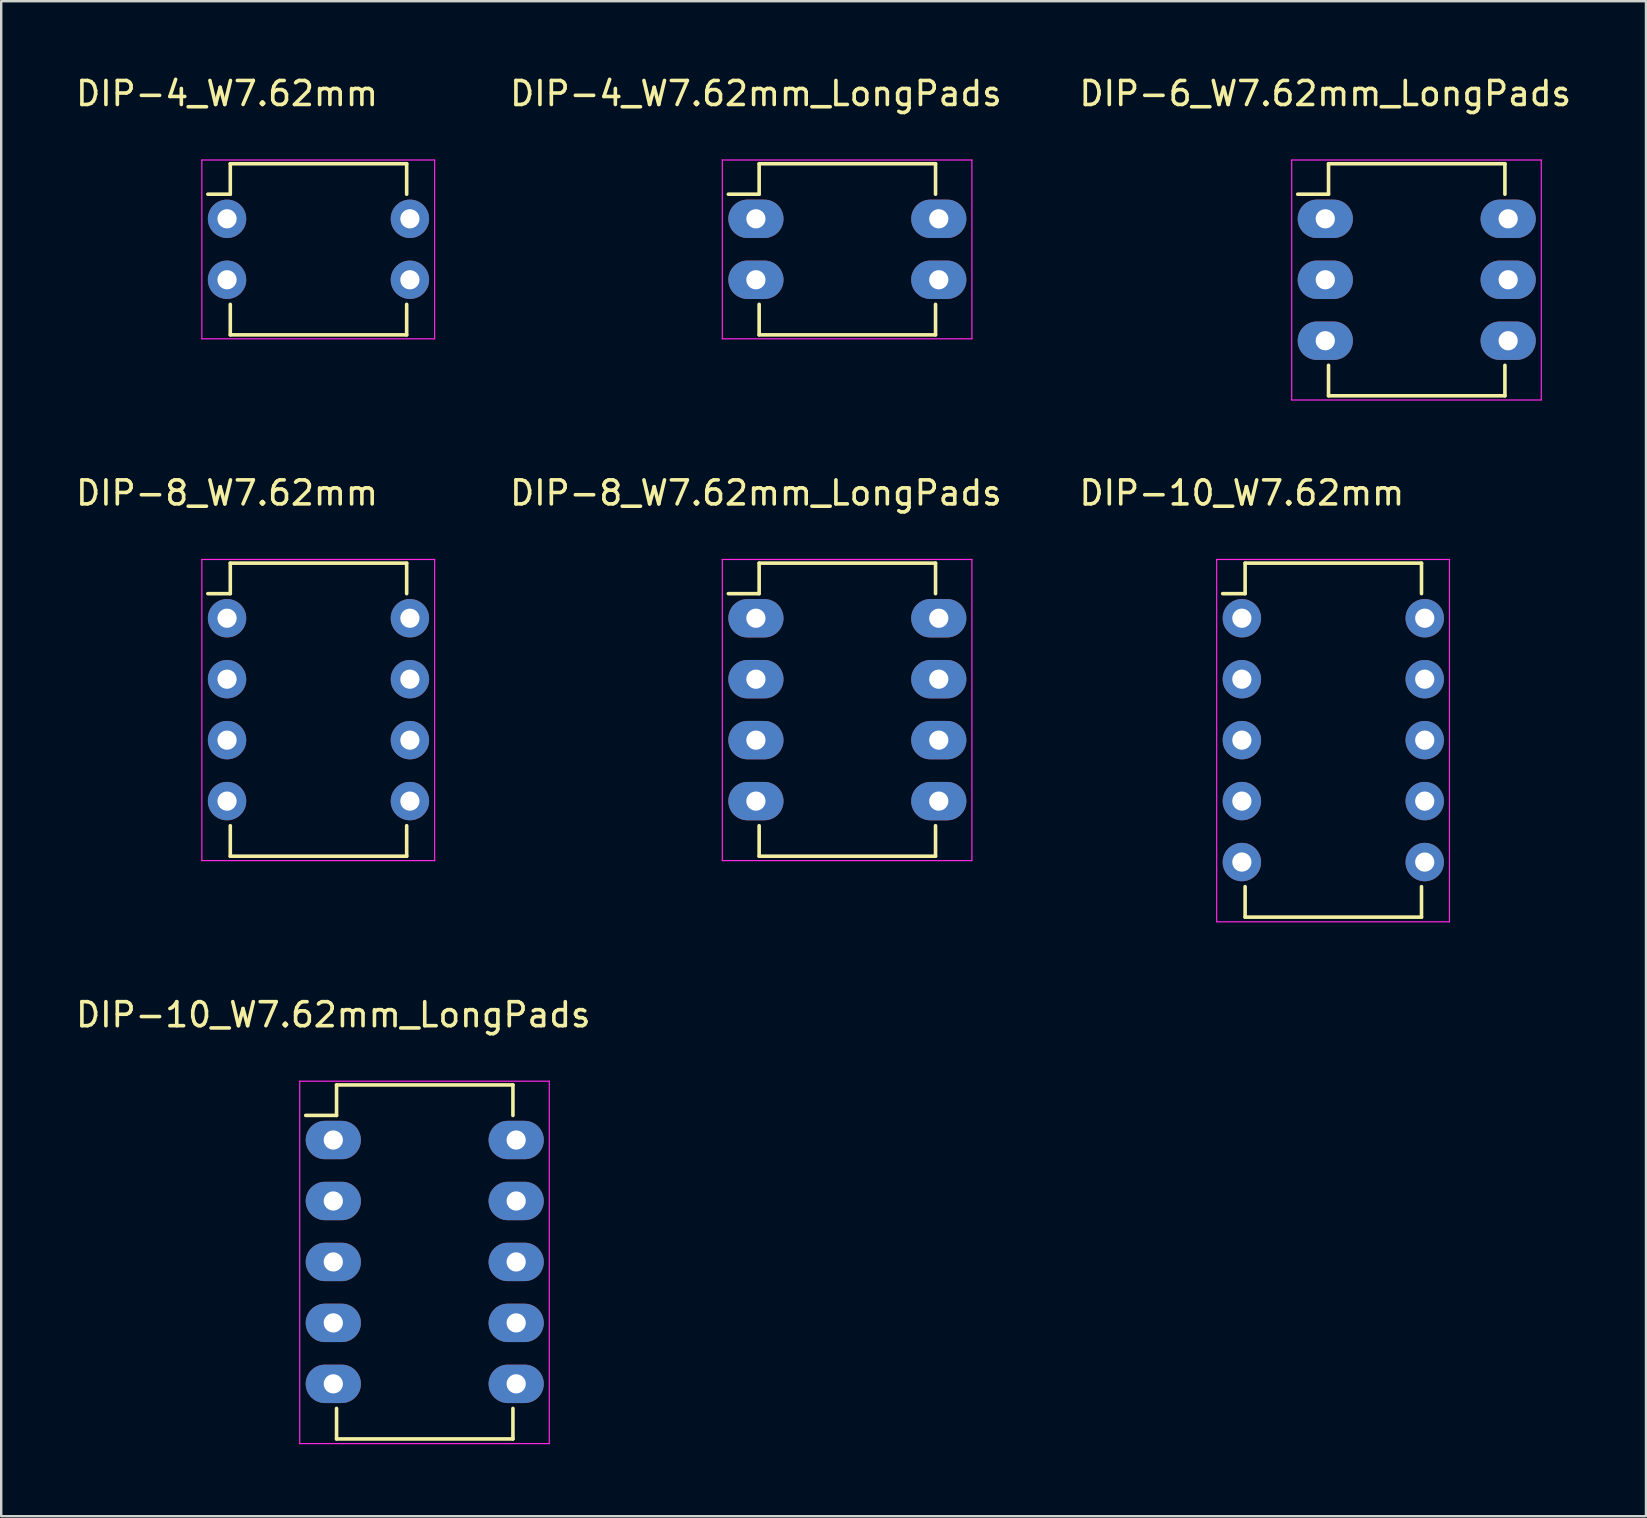
<source format=kicad_pcb>
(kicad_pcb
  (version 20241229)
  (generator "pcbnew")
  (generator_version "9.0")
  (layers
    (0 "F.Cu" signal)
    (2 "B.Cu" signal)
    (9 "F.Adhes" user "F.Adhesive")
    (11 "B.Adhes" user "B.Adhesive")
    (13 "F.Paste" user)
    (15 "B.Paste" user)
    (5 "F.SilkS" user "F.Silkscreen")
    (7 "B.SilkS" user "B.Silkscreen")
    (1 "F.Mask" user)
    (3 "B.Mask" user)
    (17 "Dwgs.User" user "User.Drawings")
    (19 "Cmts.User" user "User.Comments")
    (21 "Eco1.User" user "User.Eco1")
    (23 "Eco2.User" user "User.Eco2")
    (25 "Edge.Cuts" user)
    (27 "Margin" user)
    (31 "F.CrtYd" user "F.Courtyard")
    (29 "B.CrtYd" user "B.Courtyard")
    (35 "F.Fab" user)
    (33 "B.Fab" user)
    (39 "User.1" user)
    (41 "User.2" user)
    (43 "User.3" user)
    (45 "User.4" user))
  (footprint "DIP-10_W7.62mm"
    (layer "F.Cu")
    (at 48.699 22.712)
    (property "Reference" "DIP-10_W7.62mm" (at 0 -5.22 0) (layer "F.SilkS") (effects (font (size 1 1) (thickness 0.15))))
    (attr through_hole)
    (fp_line (start 0.135 -2.295) (end 0.135 -1.025) (stroke (width 0.15) (type solid)) (layer "F.SilkS"))
    (fp_line (start 0.135 -2.295) (end 7.485 -2.295) (stroke (width 0.15) (type solid)) (layer "F.SilkS"))
    (fp_line (start 0.135 -1.025) (end -0.8 -1.025) (stroke (width 0.15) (type solid)) (layer "F.SilkS"))
    (fp_line (start 0.135 12.455) (end 0.135 11.185) (stroke (width 0.15) (type solid)) (layer "F.SilkS"))
    (fp_line (start 0.135 12.455) (end 7.485 12.455) (stroke (width 0.15) (type solid)) (layer "F.SilkS"))
    (fp_line (start 7.485 -2.295) (end 7.485 -1.025) (stroke (width 0.15) (type solid)) (layer "F.SilkS"))
    (fp_line (start 7.485 12.455) (end 7.485 11.185) (stroke (width 0.15) (type solid)) (layer "F.SilkS"))
    (fp_line (start -1.05 -2.45) (end -1.05 12.65) (stroke (width 0.05) (type solid)) (layer "F.CrtYd"))
    (fp_line (start -1.05 -2.45) (end 8.65 -2.45) (stroke (width 0.05) (type solid)) (layer "F.CrtYd"))
    (fp_line (start -1.05 12.65) (end 8.65 12.65) (stroke (width 0.05) (type solid)) (layer "F.CrtYd"))
    (fp_line (start 8.65 -2.45) (end 8.65 12.65) (stroke (width 0.05) (type solid)) (layer "F.CrtYd"))
    (pad "1" thru_hole oval (at 0 0) (size 1.6 1.6) (drill 0.8) (layers "*.Cu" "*.Mask"))
    (pad "2" thru_hole oval (at 0 2.54) (size 1.6 1.6) (drill 0.8) (layers "*.Cu" "*.Mask"))
    (pad "3" thru_hole oval (at 0 5.08) (size 1.6 1.6) (drill 0.8) (layers "*.Cu" "*.Mask"))
    (pad "4" thru_hole oval (at 0 7.62) (size 1.6 1.6) (drill 0.8) (layers "*.Cu" "*.Mask"))
    (pad "5" thru_hole oval (at 0 10.16) (size 1.6 1.6) (drill 0.8) (layers "*.Cu" "*.Mask"))
    (pad "6" thru_hole oval (at 7.62 10.16) (size 1.6 1.6) (drill 0.8) (layers "*.Cu" "*.Mask"))
    (pad "7" thru_hole oval (at 7.62 7.62) (size 1.6 1.6) (drill 0.8) (layers "*.Cu" "*.Mask"))
    (pad "8" thru_hole oval (at 7.62 5.08) (size 1.6 1.6) (drill 0.8) (layers "*.Cu" "*.Mask"))
    (pad "9" thru_hole oval (at 7.62 2.54) (size 1.6 1.6) (drill 0.8) (layers "*.Cu" "*.Mask"))
    (pad "10" thru_hole oval (at 7.62 0) (size 1.6 1.6) (drill 0.8) (layers "*.Cu" "*.Mask")))
  (footprint "DIP-4_W7.62mm"
    (layer "F.Cu")
    (at 6.411 6.068)
    (property "Reference" "DIP-4_W7.62mm" (at 0 -5.22 0) (layer "F.SilkS") (effects (font (size 1 1) (thickness 0.15))))
    (attr through_hole)
    (fp_line (start 0.135 -2.295) (end 0.135 -1.025) (stroke (width 0.15) (type solid)) (layer "F.SilkS"))
    (fp_line (start 0.135 -2.295) (end 7.485 -2.295) (stroke (width 0.15) (type solid)) (layer "F.SilkS"))
    (fp_line (start 0.135 -1.025) (end -0.8 -1.025) (stroke (width 0.15) (type solid)) (layer "F.SilkS"))
    (fp_line (start 0.135 4.835) (end 0.135 3.565) (stroke (width 0.15) (type solid)) (layer "F.SilkS"))
    (fp_line (start 0.135 4.835) (end 7.485 4.835) (stroke (width 0.15) (type solid)) (layer "F.SilkS"))
    (fp_line (start 7.485 -2.295) (end 7.485 -1.025) (stroke (width 0.15) (type solid)) (layer "F.SilkS"))
    (fp_line (start 7.485 4.835) (end 7.485 3.565) (stroke (width 0.15) (type solid)) (layer "F.SilkS"))
    (fp_line (start -1.05 -2.45) (end -1.05 5) (stroke (width 0.05) (type solid)) (layer "F.CrtYd"))
    (fp_line (start -1.05 -2.45) (end 8.65 -2.45) (stroke (width 0.05) (type solid)) (layer "F.CrtYd"))
    (fp_line (start -1.05 5) (end 8.65 5) (stroke (width 0.05) (type solid)) (layer "F.CrtYd"))
    (fp_line (start 8.65 -2.45) (end 8.65 5) (stroke (width 0.05) (type solid)) (layer "F.CrtYd"))
    (pad "1" thru_hole oval (at 0 0) (size 1.6 1.6) (drill 0.8) (layers "*.Cu" "*.Mask"))
    (pad "2" thru_hole oval (at 0 2.54) (size 1.6 1.6) (drill 0.8) (layers "*.Cu" "*.Mask"))
    (pad "3" thru_hole oval (at 7.62 2.54) (size 1.6 1.6) (drill 0.8) (layers "*.Cu" "*.Mask"))
    (pad "4" thru_hole oval (at 7.62 0) (size 1.6 1.6) (drill 0.8) (layers "*.Cu" "*.Mask")))
  (footprint "DIP-4_W7.62mm_LongPads"
    (layer "F.Cu")
    (at 28.449 6.068)
    (property "Reference" "DIP-4_W7.62mm_LongPads" (at 0 -5.22 0) (layer "F.SilkS") (effects (font (size 1 1) (thickness 0.15))))
    (attr through_hole)
    (fp_line (start 0.135 -2.295) (end 0.135 -1.025) (stroke (width 0.15) (type solid)) (layer "F.SilkS"))
    (fp_line (start 0.135 -2.295) (end 7.485 -2.295) (stroke (width 0.15) (type solid)) (layer "F.SilkS"))
    (fp_line (start 0.135 -1.025) (end -1.15 -1.025) (stroke (width 0.15) (type solid)) (layer "F.SilkS"))
    (fp_line (start 0.135 4.835) (end 0.135 3.565) (stroke (width 0.15) (type solid)) (layer "F.SilkS"))
    (fp_line (start 0.135 4.835) (end 7.485 4.835) (stroke (width 0.15) (type solid)) (layer "F.SilkS"))
    (fp_line (start 7.485 -2.295) (end 7.485 -1.025) (stroke (width 0.15) (type solid)) (layer "F.SilkS"))
    (fp_line (start 7.485 4.835) (end 7.485 3.565) (stroke (width 0.15) (type solid)) (layer "F.SilkS"))
    (fp_line (start -1.4 -2.45) (end -1.4 5) (stroke (width 0.05) (type solid)) (layer "F.CrtYd"))
    (fp_line (start -1.4 -2.45) (end 9 -2.45) (stroke (width 0.05) (type solid)) (layer "F.CrtYd"))
    (fp_line (start -1.4 5) (end 9 5) (stroke (width 0.05) (type solid)) (layer "F.CrtYd"))
    (fp_line (start 9 -2.45) (end 9 5) (stroke (width 0.05) (type solid)) (layer "F.CrtYd"))
    (pad "1" thru_hole oval (at 0 0) (size 2.3 1.6) (drill 0.8) (layers "*.Cu" "*.Mask"))
    (pad "2" thru_hole oval (at 0 2.54) (size 2.3 1.6) (drill 0.8) (layers "*.Cu" "*.Mask"))
    (pad "3" thru_hole oval (at 7.62 2.54) (size 2.3 1.6) (drill 0.8) (layers "*.Cu" "*.Mask"))
    (pad "4" thru_hole oval (at 7.62 0) (size 2.3 1.6) (drill 0.8) (layers "*.Cu" "*.Mask")))
  (footprint "DIP-8_W7.62mm_LongPads"
    (layer "F.Cu")
    (at 28.449 22.712)
    (property "Reference" "DIP-8_W7.62mm_LongPads" (at 0 -5.22 0) (layer "F.SilkS") (effects (font (size 1 1) (thickness 0.15))))
    (attr through_hole)
    (fp_line (start 0.135 -2.295) (end 0.135 -1.025) (stroke (width 0.15) (type solid)) (layer "F.SilkS"))
    (fp_line (start 0.135 -2.295) (end 7.485 -2.295) (stroke (width 0.15) (type solid)) (layer "F.SilkS"))
    (fp_line (start 0.135 -1.025) (end -1.15 -1.025) (stroke (width 0.15) (type solid)) (layer "F.SilkS"))
    (fp_line (start 0.135 9.915) (end 0.135 8.645) (stroke (width 0.15) (type solid)) (layer "F.SilkS"))
    (fp_line (start 0.135 9.915) (end 7.485 9.915) (stroke (width 0.15) (type solid)) (layer "F.SilkS"))
    (fp_line (start 7.485 -2.295) (end 7.485 -1.025) (stroke (width 0.15) (type solid)) (layer "F.SilkS"))
    (fp_line (start 7.485 9.915) (end 7.485 8.645) (stroke (width 0.15) (type solid)) (layer "F.SilkS"))
    (fp_line (start -1.4 -2.45) (end -1.4 10.1) (stroke (width 0.05) (type solid)) (layer "F.CrtYd"))
    (fp_line (start -1.4 -2.45) (end 9 -2.45) (stroke (width 0.05) (type solid)) (layer "F.CrtYd"))
    (fp_line (start -1.4 10.1) (end 9 10.1) (stroke (width 0.05) (type solid)) (layer "F.CrtYd"))
    (fp_line (start 9 -2.45) (end 9 10.1) (stroke (width 0.05) (type solid)) (layer "F.CrtYd"))
    (pad "1" thru_hole oval (at 0 0) (size 2.3 1.6) (drill 0.8) (layers "*.Cu" "*.Mask"))
    (pad "2" thru_hole oval (at 0 2.54) (size 2.3 1.6) (drill 0.8) (layers "*.Cu" "*.Mask"))
    (pad "3" thru_hole oval (at 0 5.08) (size 2.3 1.6) (drill 0.8) (layers "*.Cu" "*.Mask"))
    (pad "4" thru_hole oval (at 0 7.62) (size 2.3 1.6) (drill 0.8) (layers "*.Cu" "*.Mask"))
    (pad "5" thru_hole oval (at 7.62 7.62) (size 2.3 1.6) (drill 0.8) (layers "*.Cu" "*.Mask"))
    (pad "6" thru_hole oval (at 7.62 5.08) (size 2.3 1.6) (drill 0.8) (layers "*.Cu" "*.Mask"))
    (pad "7" thru_hole oval (at 7.62 2.54) (size 2.3 1.6) (drill 0.8) (layers "*.Cu" "*.Mask"))
    (pad "8" thru_hole oval (at 7.62 0) (size 2.3 1.6) (drill 0.8) (layers "*.Cu" "*.Mask")))
  (footprint "DIP-6_W7.62mm_LongPads"
    (layer "F.Cu")
    (at 52.175 6.068)
    (property "Reference" "DIP-6_W7.62mm_LongPads" (at 0 -5.22 0) (layer "F.SilkS") (effects (font (size 1 1) (thickness 0.15))))
    (attr through_hole)
    (fp_line (start 0.135 -2.295) (end 0.135 -1.025) (stroke (width 0.15) (type solid)) (layer "F.SilkS"))
    (fp_line (start 0.135 -2.295) (end 7.485 -2.295) (stroke (width 0.15) (type solid)) (layer "F.SilkS"))
    (fp_line (start 0.135 -1.025) (end -1.15 -1.025) (stroke (width 0.15) (type solid)) (layer "F.SilkS"))
    (fp_line (start 0.135 7.375) (end 0.135 6.105) (stroke (width 0.15) (type solid)) (layer "F.SilkS"))
    (fp_line (start 0.135 7.375) (end 7.485 7.375) (stroke (width 0.15) (type solid)) (layer "F.SilkS"))
    (fp_line (start 7.485 -2.295) (end 7.485 -1.025) (stroke (width 0.15) (type solid)) (layer "F.SilkS"))
    (fp_line (start 7.485 7.375) (end 7.485 6.105) (stroke (width 0.15) (type solid)) (layer "F.SilkS"))
    (fp_line (start -1.4 -2.45) (end -1.4 7.55) (stroke (width 0.05) (type solid)) (layer "F.CrtYd"))
    (fp_line (start -1.4 -2.45) (end 9 -2.45) (stroke (width 0.05) (type solid)) (layer "F.CrtYd"))
    (fp_line (start -1.4 7.55) (end 9 7.55) (stroke (width 0.05) (type solid)) (layer "F.CrtYd"))
    (fp_line (start 9 -2.45) (end 9 7.55) (stroke (width 0.05) (type solid)) (layer "F.CrtYd"))
    (pad "1" thru_hole oval (at 0 0) (size 2.3 1.6) (drill 0.8) (layers "*.Cu" "*.Mask"))
    (pad "2" thru_hole oval (at 0 2.54) (size 2.3 1.6) (drill 0.8) (layers "*.Cu" "*.Mask"))
    (pad "3" thru_hole oval (at 0 5.08) (size 2.3 1.6) (drill 0.8) (layers "*.Cu" "*.Mask"))
    (pad "4" thru_hole oval (at 7.62 5.08) (size 2.3 1.6) (drill 0.8) (layers "*.Cu" "*.Mask"))
    (pad "5" thru_hole oval (at 7.62 2.54) (size 2.3 1.6) (drill 0.8) (layers "*.Cu" "*.Mask"))
    (pad "6" thru_hole oval (at 7.62 0) (size 2.3 1.6) (drill 0.8) (layers "*.Cu" "*.Mask")))
  (footprint "DIP-8_W7.62mm"
    (layer "F.Cu")
    (at 6.411 22.712)
    (property "Reference" "DIP-8_W7.62mm" (at 0 -5.22 0) (layer "F.SilkS") (effects (font (size 1 1) (thickness 0.15))))
    (attr through_hole)
    (fp_line (start 0.135 -2.295) (end 0.135 -1.025) (stroke (width 0.15) (type solid)) (layer "F.SilkS"))
    (fp_line (start 0.135 -2.295) (end 7.485 -2.295) (stroke (width 0.15) (type solid)) (layer "F.SilkS"))
    (fp_line (start 0.135 -1.025) (end -0.8 -1.025) (stroke (width 0.15) (type solid)) (layer "F.SilkS"))
    (fp_line (start 0.135 9.915) (end 0.135 8.645) (stroke (width 0.15) (type solid)) (layer "F.SilkS"))
    (fp_line (start 0.135 9.915) (end 7.485 9.915) (stroke (width 0.15) (type solid)) (layer "F.SilkS"))
    (fp_line (start 7.485 -2.295) (end 7.485 -1.025) (stroke (width 0.15) (type solid)) (layer "F.SilkS"))
    (fp_line (start 7.485 9.915) (end 7.485 8.645) (stroke (width 0.15) (type solid)) (layer "F.SilkS"))
    (fp_line (start -1.05 -2.45) (end -1.05 10.1) (stroke (width 0.05) (type solid)) (layer "F.CrtYd"))
    (fp_line (start -1.05 -2.45) (end 8.65 -2.45) (stroke (width 0.05) (type solid)) (layer "F.CrtYd"))
    (fp_line (start -1.05 10.1) (end 8.65 10.1) (stroke (width 0.05) (type solid)) (layer "F.CrtYd"))
    (fp_line (start 8.65 -2.45) (end 8.65 10.1) (stroke (width 0.05) (type solid)) (layer "F.CrtYd"))
    (pad "1" thru_hole oval (at 0 0) (size 1.6 1.6) (drill 0.8) (layers "*.Cu" "*.Mask"))
    (pad "2" thru_hole oval (at 0 2.54) (size 1.6 1.6) (drill 0.8) (layers "*.Cu" "*.Mask"))
    (pad "3" thru_hole oval (at 0 5.08) (size 1.6 1.6) (drill 0.8) (layers "*.Cu" "*.Mask"))
    (pad "4" thru_hole oval (at 0 7.62) (size 1.6 1.6) (drill 0.8) (layers "*.Cu" "*.Mask"))
    (pad "5" thru_hole oval (at 7.62 7.62) (size 1.6 1.6) (drill 0.8) (layers "*.Cu" "*.Mask"))
    (pad "6" thru_hole oval (at 7.62 5.08) (size 1.6 1.6) (drill 0.8) (layers "*.Cu" "*.Mask"))
    (pad "7" thru_hole oval (at 7.62 2.54) (size 1.6 1.6) (drill 0.8) (layers "*.Cu" "*.Mask"))
    (pad "8" thru_hole oval (at 7.62 0) (size 1.6 1.6) (drill 0.8) (layers "*.Cu" "*.Mask")))
  (footprint "DIP-10_W7.62mm_LongPads"
    (layer "F.Cu")
    (at 10.839 44.455)
    (property "Reference" "DIP-10_W7.62mm_LongPads" (at 0 -5.22 0) (layer "F.SilkS") (effects (font (size 1 1) (thickness 0.15))))
    (attr through_hole)
    (fp_line (start 0.135 -2.295) (end 0.135 -1.025) (stroke (width 0.15) (type solid)) (layer "F.SilkS"))
    (fp_line (start 0.135 -2.295) (end 7.485 -2.295) (stroke (width 0.15) (type solid)) (layer "F.SilkS"))
    (fp_line (start 0.135 -1.025) (end -1.15 -1.025) (stroke (width 0.15) (type solid)) (layer "F.SilkS"))
    (fp_line (start 0.135 12.455) (end 0.135 11.185) (stroke (width 0.15) (type solid)) (layer "F.SilkS"))
    (fp_line (start 0.135 12.455) (end 7.485 12.455) (stroke (width 0.15) (type solid)) (layer "F.SilkS"))
    (fp_line (start 7.485 -2.295) (end 7.485 -1.025) (stroke (width 0.15) (type solid)) (layer "F.SilkS"))
    (fp_line (start 7.485 12.455) (end 7.485 11.185) (stroke (width 0.15) (type solid)) (layer "F.SilkS"))
    (fp_line (start -1.4 -2.45) (end -1.4 12.65) (stroke (width 0.05) (type solid)) (layer "F.CrtYd"))
    (fp_line (start -1.4 -2.45) (end 9 -2.45) (stroke (width 0.05) (type solid)) (layer "F.CrtYd"))
    (fp_line (start -1.4 12.65) (end 9 12.65) (stroke (width 0.05) (type solid)) (layer "F.CrtYd"))
    (fp_line (start 9 -2.45) (end 9 12.65) (stroke (width 0.05) (type solid)) (layer "F.CrtYd"))
    (pad "1" thru_hole oval (at 0 0) (size 2.3 1.6) (drill 0.8) (layers "*.Cu" "*.Mask"))
    (pad "2" thru_hole oval (at 0 2.54) (size 2.3 1.6) (drill 0.8) (layers "*.Cu" "*.Mask"))
    (pad "3" thru_hole oval (at 0 5.08) (size 2.3 1.6) (drill 0.8) (layers "*.Cu" "*.Mask"))
    (pad "4" thru_hole oval (at 0 7.62) (size 2.3 1.6) (drill 0.8) (layers "*.Cu" "*.Mask"))
    (pad "5" thru_hole oval (at 0 10.16) (size 2.3 1.6) (drill 0.8) (layers "*.Cu" "*.Mask"))
    (pad "6" thru_hole oval (at 7.62 10.16) (size 2.3 1.6) (drill 0.8) (layers "*.Cu" "*.Mask"))
    (pad "7" thru_hole oval (at 7.62 7.62) (size 2.3 1.6) (drill 0.8) (layers "*.Cu" "*.Mask"))
    (pad "8" thru_hole oval (at 7.62 5.08) (size 2.3 1.6) (drill 0.8) (layers "*.Cu" "*.Mask"))
    (pad "9" thru_hole oval (at 7.62 2.54) (size 2.3 1.6) (drill 0.8) (layers "*.Cu" "*.Mask"))
    (pad "10" thru_hole oval (at 7.62 0) (size 2.3 1.6) (drill 0.8) (layers "*.Cu" "*.Mask")))
  (gr_rect
    (start -3 -3)
    (end 65.538 60.13)
    (stroke (width 0.1) (type default))
    (fill no)
    (layer "Edge.Cuts")))
</source>
